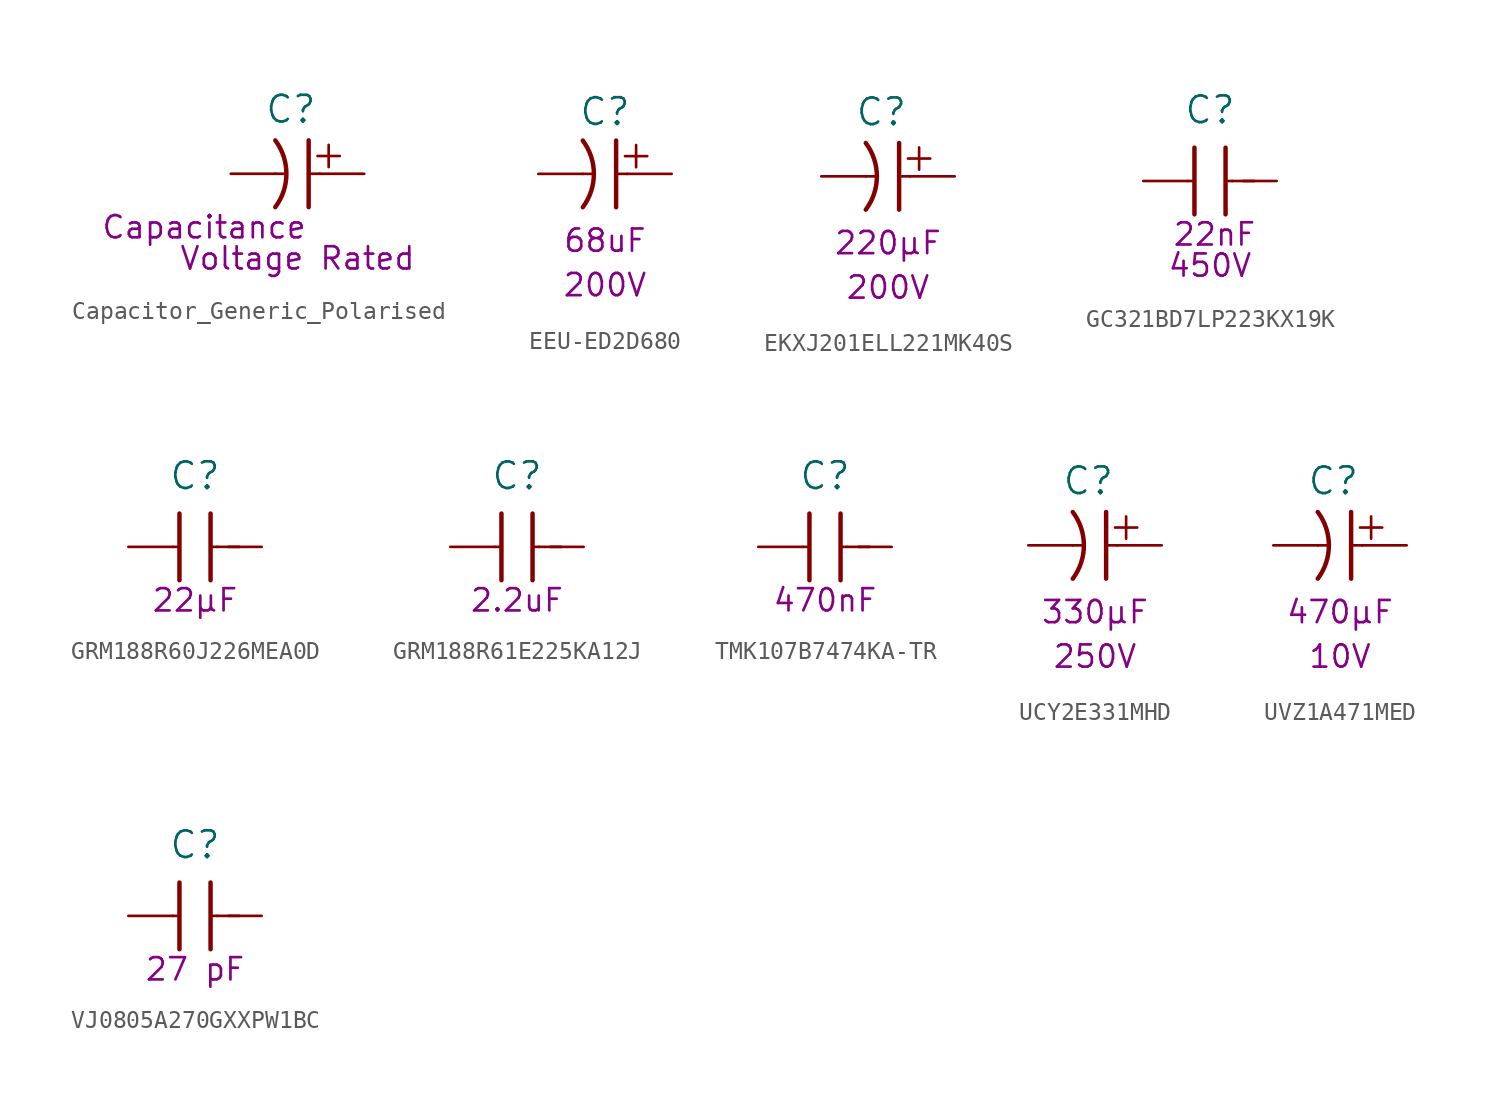
<source format=kicad_sym>
(kicad_symbol_lib
  (version 20231120)
  (generator "kicad_symbol_editor")
  (generator_version "8.0")
  (symbol "Capacitor_Generic_Polarised"
    (pin_numbers hide)
    (pin_names
      (offset 0) hide)
    (property "Reference" "C"
      (at 0.889 3.683 0)
      (effects (font (size 1.524 1.524))))
    (property "Capacitance (Farad)" "Capacitance"
      (at -4.064 -3.048 0)
      (effects (font (size 1.27 1.27))))
    (property "Voltage Rated (Volt)" "Voltage Rated"
      (at 1.27 -4.826 0)
      (effects (font (size 1.27 1.27))))
    (symbol "Capacitor_Generic_Polarised_0_1"
      (arc (start 0 -1.905) (mid 0.635 0) (end 0 1.905) (stroke (width 0.254) (type default)) (fill (type none)))
      (polyline (pts (xy 0 0) (xy 0.635 0)) (stroke (width 0) (type default)) (fill (type none)))
      (polyline (pts (xy 1.905 1.905) (xy 1.905 -1.905)) (stroke (width 0.254) (type default)) (fill (type none)))
      (polyline (pts (xy 2.413 1.016) (xy 3.683 1.016)) (stroke (width 0) (type default)) (fill (type none)))
      (polyline (pts (xy 2.54 0) (xy 1.905 0)) (stroke (width 0) (type default)) (fill (type none)))
      (polyline (pts (xy 3.048 0.381) (xy 3.048 1.651)) (stroke (width 0) (type default)) (fill (type none))))
    (symbol "Capacitor_Generic_Polarised_1_1"
      (pin passive line (at 5.08 0 180) (length 2.54) (name "Positif" (effects (font (size 1.27 1.27)))) (number "1" (effects (font (size 1.27 1.27)))))
      (pin passive line (at -2.54 0 0) (length 2.54) (name "Negatif" (effects (font (size 1.27 1.27)))) (number "2" (effects (font (size 1.27 1.27)))))))
  (symbol "EEU-ED2D680"
    (pin_numbers hide)
    (pin_names
      (offset 0) hide)
    (property "Reference" "C"
      (at 0 3.556 0)
      (effects (font (size 1.524 1.524))))
    (property "Capacitance (Farad)" "68uF"
      (at 0 -3.81 0)
      (effects (font (size 1.27 1.27))))
    (property "Voltage Rated (Volt)" "200V"
      (at 0 -6.35 0)
      (effects (font (size 1.27 1.27))))
    (property "Sim.Params" "c=68u"
      (at -1.27 0 0)
      (effects (font (size 1.27 1.27)) (hide yes)))
    (symbol "EEU-ED2D680_0_1"
      (arc (start -1.27 -1.905) (mid -0.635 0) (end -1.27 1.905) (stroke (width 0.254) (type default)) (fill (type none)))
      (polyline (pts (xy -1.27 0) (xy -0.635 0)) (stroke (width 0) (type default)) (fill (type none)))
      (polyline (pts (xy 0.635 1.905) (xy 0.635 -1.905)) (stroke (width 0.254) (type default)) (fill (type none)))
      (polyline (pts (xy 1.143 1.016) (xy 2.413 1.016)) (stroke (width 0) (type default)) (fill (type none)))
      (polyline (pts (xy 1.27 0) (xy 0.635 0)) (stroke (width 0) (type default)) (fill (type none)))
      (polyline (pts (xy 1.778 0.381) (xy 1.778 1.651)) (stroke (width 0) (type default)) (fill (type none))))
    (symbol "EEU-ED2D680_1_1"
      (pin passive line (at 3.81 0 180) (length 2.54) (name "Positif" (effects (font (size 1.27 1.27)))) (number "1" (effects (font (size 1.27 1.27)))))
      (pin passive line (at -3.81 0 0) (length 2.54) (name "Negatif" (effects (font (size 1.27 1.27)))) (number "2" (effects (font (size 1.27 1.27)))))))
  (symbol "EKXJ201ELL221MK40S"
    (pin_numbers hide)
    (pin_names
      (offset 0) hide)
    (property "Reference" "C"
      (at 0.889 3.683 0)
      (effects (font (size 1.524 1.524))))
    (property "Capacitance (Farad)" "220µF"
      (at 1.27 -3.81 0)
      (effects (font (size 1.27 1.27))))
    (property "Voltage Rated (Volt)" "200V"
      (at 1.27 -6.35 0)
      (effects (font (size 1.27 1.27))))
    (symbol "EKXJ201ELL221MK40S_0_1"
      (arc (start 0 -1.905) (mid 0.635 0) (end 0 1.905) (stroke (width 0.254) (type default)) (fill (type none)))
      (polyline (pts (xy 0 0) (xy 0.635 0)) (stroke (width 0) (type default)) (fill (type none)))
      (polyline (pts (xy 1.905 1.905) (xy 1.905 -1.905)) (stroke (width 0.254) (type default)) (fill (type none)))
      (polyline (pts (xy 2.413 1.016) (xy 3.683 1.016)) (stroke (width 0) (type default)) (fill (type none)))
      (polyline (pts (xy 2.54 0) (xy 1.905 0)) (stroke (width 0) (type default)) (fill (type none)))
      (polyline (pts (xy 3.048 0.381) (xy 3.048 1.651)) (stroke (width 0) (type default)) (fill (type none))))
    (symbol "EKXJ201ELL221MK40S_1_1"
      (pin passive line (at 5.08 0 180) (length 2.54) (name "Positif" (effects (font (size 1.27 1.27)))) (number "1" (effects (font (size 1.27 1.27)))))
      (pin passive line (at -2.54 0 0) (length 2.54) (name "Negatif" (effects (font (size 1.27 1.27)))) (number "2" (effects (font (size 1.27 1.27)))))))
  (symbol "GC321BD7LP223KX19K"
    (pin_numbers hide)
    (pin_names
      (offset 0) hide)
    (property "Reference" "C"
      (at -1.27 4.064 0)
      (effects (font (size 1.524 1.524))))
    (property "Capacitance (Farad)" "22nF"
      (at -1.016 -3.048 0)
      (effects (font (size 1.27 1.27))))
    (property "Voltage Rated (Volt)" "450V"
      (at -1.27 -4.826 0)
      (effects (font (size 1.27 1.27))))
    (symbol "GC321BD7LP223KX19K_0_1"
      (polyline (pts (xy -2.54 0) (xy -2.286 0)) (stroke (width 0) (type default)) (fill (type none)))
      (polyline (pts (xy -2.159 1.905) (xy -2.159 -1.905)) (stroke (width 0.254) (type default)) (fill (type none)))
      (polyline (pts (xy -0.381 1.905) (xy -0.381 -1.905)) (stroke (width 0.254) (type default)) (fill (type none)))
      (polyline (pts (xy 0 0) (xy -0.254 0)) (stroke (width 0) (type default)) (fill (type none)))
      (polyline (pts (xy 0.635 0) (xy 1.27 0)) (stroke (width 0) (type default)) (fill (type none))))
    (symbol "GC321BD7LP223KX19K_1_1"
      (pin passive line (at -5.08 0 0) (length 2.54) (name "1" (effects (font (size 1.27 1.27)))) (number "1" (effects (font (size 1.27 1.27)))))
      (pin passive line (at 2.54 0 180) (length 2.54) (name "2" (effects (font (size 1.27 1.27)))) (number "2" (effects (font (size 1.27 1.27)))))))
  (symbol "GRM188R60J226MEA0D"
    (pin_numbers hide)
    (pin_names
      (offset 0) hide)
    (property "Reference" "C"
      (at -1.27 4.064 0)
      (effects (font (size 1.524 1.524))))
    (property "Capacitance (Farad)" "22µF"
      (at -1.27 -3.048 0)
      (effects (font (size 1.27 1.27))))
    (symbol "GRM188R60J226MEA0D_0_1"
      (polyline (pts (xy -2.54 0) (xy -2.286 0)) (stroke (width 0) (type default)) (fill (type none)))
      (polyline (pts (xy -2.159 1.905) (xy -2.159 -1.905)) (stroke (width 0.254) (type default)) (fill (type none)))
      (polyline (pts (xy -0.381 1.905) (xy -0.381 -1.905)) (stroke (width 0.254) (type default)) (fill (type none)))
      (polyline (pts (xy 0 0) (xy -0.254 0)) (stroke (width 0) (type default)) (fill (type none)))
      (polyline (pts (xy 0.635 0) (xy 1.27 0)) (stroke (width 0) (type default)) (fill (type none))))
    (symbol "GRM188R60J226MEA0D_1_1"
      (pin passive line (at -5.08 0 0) (length 2.54) (name "1" (effects (font (size 1.27 1.27)))) (number "1" (effects (font (size 1.27 1.27)))))
      (pin passive line (at 2.54 0 180) (length 2.54) (name "2" (effects (font (size 1.27 1.27)))) (number "2" (effects (font (size 1.27 1.27)))))))
  (symbol "GRM188R61E225KA12J"
    (pin_numbers hide)
    (pin_names
      (offset 0) hide)
    (property "Reference" "C"
      (at -1.27 4.064 0)
      (effects (font (size 1.524 1.524))))
    (property "Capacitance (Farad)" "2.2uF"
      (at -1.27 -3.048 0)
      (effects (font (size 1.27 1.27))))
    (symbol "GRM188R61E225KA12J_0_1"
      (polyline (pts (xy -2.54 0) (xy -2.286 0)) (stroke (width 0) (type default)) (fill (type none)))
      (polyline (pts (xy -2.159 1.905) (xy -2.159 -1.905)) (stroke (width 0.254) (type default)) (fill (type none)))
      (polyline (pts (xy -0.381 1.905) (xy -0.381 -1.905)) (stroke (width 0.254) (type default)) (fill (type none)))
      (polyline (pts (xy 0 0) (xy -0.254 0)) (stroke (width 0) (type default)) (fill (type none)))
      (polyline (pts (xy 0.635 0) (xy 1.27 0)) (stroke (width 0) (type default)) (fill (type none))))
    (symbol "GRM188R61E225KA12J_1_1"
      (pin passive line (at -5.08 0 0) (length 2.54) (name "1" (effects (font (size 1.27 1.27)))) (number "1" (effects (font (size 1.27 1.27)))))
      (pin passive line (at 2.54 0 180) (length 2.54) (name "2" (effects (font (size 1.27 1.27)))) (number "2" (effects (font (size 1.27 1.27)))))))
  (symbol "TMK107B7474KA-TR"
    (pin_numbers hide)
    (pin_names
      (offset 0) hide)
    (property "Reference" "C"
      (at -1.27 4.064 0)
      (effects (font (size 1.524 1.524))))
    (property "Capacitance (Farad)" "470nF"
      (at -1.27 -3.048 0)
      (effects (font (size 1.27 1.27))))
    (symbol "TMK107B7474KA-TR_0_1"
      (polyline (pts (xy -2.54 0) (xy -2.286 0)) (stroke (width 0) (type default)) (fill (type none)))
      (polyline (pts (xy -2.159 1.905) (xy -2.159 -1.905)) (stroke (width 0.254) (type default)) (fill (type none)))
      (polyline (pts (xy -0.381 1.905) (xy -0.381 -1.905)) (stroke (width 0.254) (type default)) (fill (type none)))
      (polyline (pts (xy 0 0) (xy -0.254 0)) (stroke (width 0) (type default)) (fill (type none)))
      (polyline (pts (xy 0.635 0) (xy 1.27 0)) (stroke (width 0) (type default)) (fill (type none))))
    (symbol "TMK107B7474KA-TR_1_1"
      (pin passive line (at -5.08 0 0) (length 2.54) (name "1" (effects (font (size 1.27 1.27)))) (number "1" (effects (font (size 1.27 1.27)))))
      (pin passive line (at 2.54 0 180) (length 2.54) (name "2" (effects (font (size 1.27 1.27)))) (number "2" (effects (font (size 1.27 1.27)))))))
  (symbol "UCY2E331MHD"
    (pin_numbers hide)
    (pin_names
      (offset 0) hide)
    (property "Reference" "C"
      (at 0.889 3.683 0)
      (effects (font (size 1.524 1.524))))
    (property "Capacitance (Farad)" "330µF"
      (at 1.27 -3.81 0)
      (effects (font (size 1.27 1.27))))
    (property "Voltage Rated (Volt)" "250V"
      (at 1.27 -6.35 0)
      (effects (font (size 1.27 1.27))))
    (symbol "UCY2E331MHD_0_1"
      (arc (start 0 -1.905) (mid 0.635 0) (end 0 1.905) (stroke (width 0.254) (type default)) (fill (type none)))
      (polyline (pts (xy 0 0) (xy 0.635 0)) (stroke (width 0) (type default)) (fill (type none)))
      (polyline (pts (xy 1.905 1.905) (xy 1.905 -1.905)) (stroke (width 0.254) (type default)) (fill (type none)))
      (polyline (pts (xy 2.413 1.016) (xy 3.683 1.016)) (stroke (width 0) (type default)) (fill (type none)))
      (polyline (pts (xy 2.54 0) (xy 1.905 0)) (stroke (width 0) (type default)) (fill (type none)))
      (polyline (pts (xy 3.048 0.381) (xy 3.048 1.651)) (stroke (width 0) (type default)) (fill (type none))))
    (symbol "UCY2E331MHD_1_1"
      (pin passive line (at 5.08 0 180) (length 2.54) (name "Positif" (effects (font (size 1.27 1.27)))) (number "1" (effects (font (size 1.27 1.27)))))
      (pin passive line (at -2.54 0 0) (length 2.54) (name "Negatif" (effects (font (size 1.27 1.27)))) (number "2" (effects (font (size 1.27 1.27)))))))
  (symbol "UVZ1A471MED"
    (pin_numbers hide)
    (pin_names
      (offset 0) hide)
    (property "Reference" "C"
      (at 0.889 3.683 0)
      (effects (font (size 1.524 1.524))))
    (property "Capacitance (Farad)" "470µF"
      (at 1.27 -3.81 0)
      (effects (font (size 1.27 1.27))))
    (property "Voltage Rated (Volt)" "10V"
      (at 1.27 -6.35 0)
      (effects (font (size 1.27 1.27))))
    (symbol "UVZ1A471MED_0_1"
      (arc (start 0 -1.905) (mid 0.635 0) (end 0 1.905) (stroke (width 0.254) (type default)) (fill (type none)))
      (polyline (pts (xy 0 0) (xy 0.635 0)) (stroke (width 0) (type default)) (fill (type none)))
      (polyline (pts (xy 1.905 1.905) (xy 1.905 -1.905)) (stroke (width 0.254) (type default)) (fill (type none)))
      (polyline (pts (xy 2.413 1.016) (xy 3.683 1.016)) (stroke (width 0) (type default)) (fill (type none)))
      (polyline (pts (xy 2.54 0) (xy 1.905 0)) (stroke (width 0) (type default)) (fill (type none)))
      (polyline (pts (xy 3.048 0.381) (xy 3.048 1.651)) (stroke (width 0) (type default)) (fill (type none))))
    (symbol "UVZ1A471MED_1_1"
      (pin passive line (at 5.08 0 180) (length 2.54) (name "Positif" (effects (font (size 1.27 1.27)))) (number "1" (effects (font (size 1.27 1.27)))))
      (pin passive line (at -2.54 0 0) (length 2.54) (name "Negatif" (effects (font (size 1.27 1.27)))) (number "2" (effects (font (size 1.27 1.27)))))))
  (symbol "VJ0805A270GXXPW1BC"
    (pin_numbers hide)
    (pin_names
      (offset 0) hide)
    (property "Reference" "C"
      (at -1.27 4.064 0)
      (effects (font (size 1.524 1.524))))
    (property "Capacitance (Farad)" "27 pF"
      (at -1.27 -3.048 0)
      (effects (font (size 1.27 1.27))))
    (symbol "VJ0805A270GXXPW1BC_0_1"
      (polyline (pts (xy -2.54 0) (xy -2.286 0)) (stroke (width 0) (type default)) (fill (type none)))
      (polyline (pts (xy -2.159 1.905) (xy -2.159 -1.905)) (stroke (width 0.254) (type default)) (fill (type none)))
      (polyline (pts (xy -0.381 1.905) (xy -0.381 -1.905)) (stroke (width 0.254) (type default)) (fill (type none)))
      (polyline (pts (xy 0 0) (xy -0.254 0)) (stroke (width 0) (type default)) (fill (type none)))
      (polyline (pts (xy 0.635 0) (xy 1.27 0)) (stroke (width 0) (type default)) (fill (type none))))
    (symbol "VJ0805A270GXXPW1BC_1_1"
      (pin passive line (at -5.08 0 0) (length 2.54) (name "1" (effects (font (size 1.27 1.27)))) (number "1" (effects (font (size 1.27 1.27)))))
      (pin passive line (at 2.54 0 180) (length 2.54) (name "2" (effects (font (size 1.27 1.27)))) (number "2" (effects (font (size 1.27 1.27))))))))
</source>
